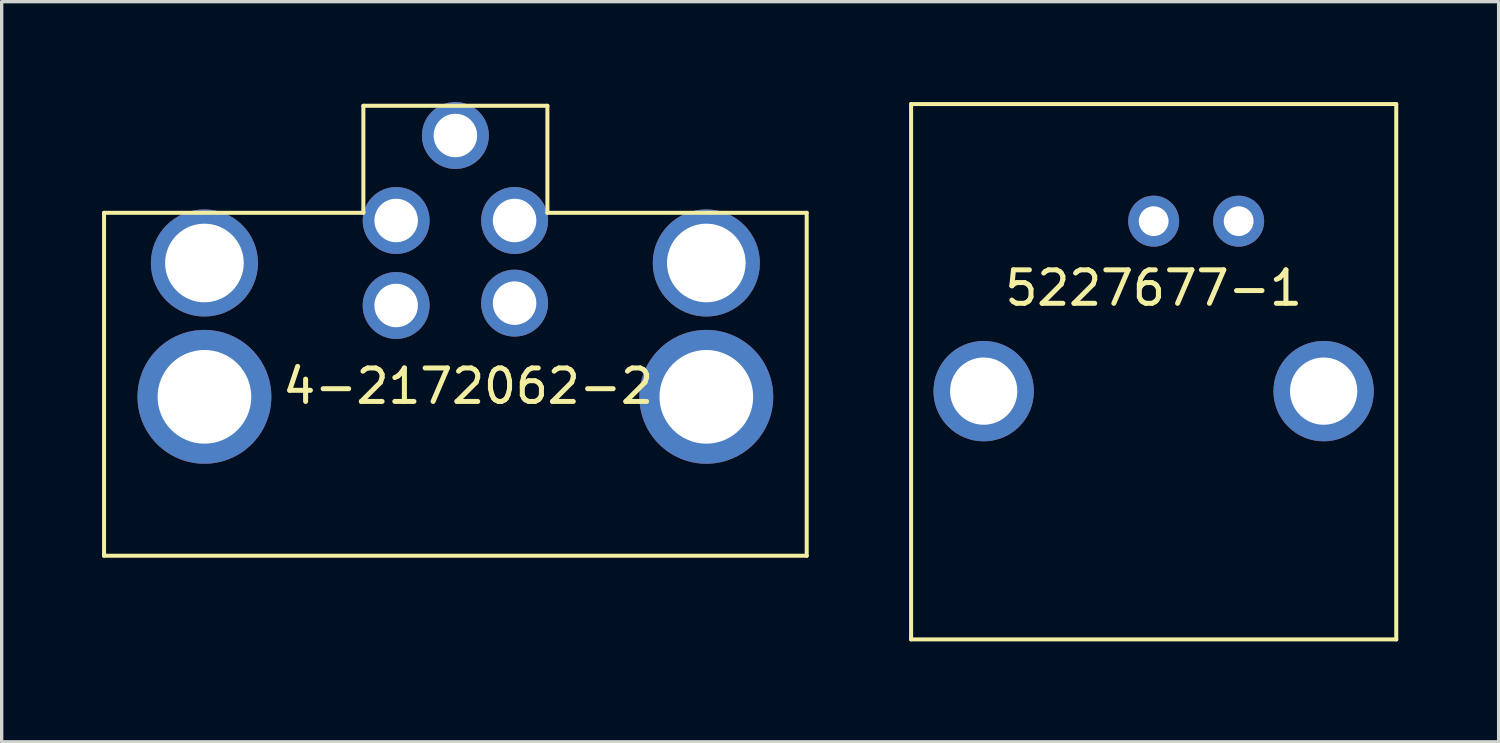
<source format=kicad_pcb>
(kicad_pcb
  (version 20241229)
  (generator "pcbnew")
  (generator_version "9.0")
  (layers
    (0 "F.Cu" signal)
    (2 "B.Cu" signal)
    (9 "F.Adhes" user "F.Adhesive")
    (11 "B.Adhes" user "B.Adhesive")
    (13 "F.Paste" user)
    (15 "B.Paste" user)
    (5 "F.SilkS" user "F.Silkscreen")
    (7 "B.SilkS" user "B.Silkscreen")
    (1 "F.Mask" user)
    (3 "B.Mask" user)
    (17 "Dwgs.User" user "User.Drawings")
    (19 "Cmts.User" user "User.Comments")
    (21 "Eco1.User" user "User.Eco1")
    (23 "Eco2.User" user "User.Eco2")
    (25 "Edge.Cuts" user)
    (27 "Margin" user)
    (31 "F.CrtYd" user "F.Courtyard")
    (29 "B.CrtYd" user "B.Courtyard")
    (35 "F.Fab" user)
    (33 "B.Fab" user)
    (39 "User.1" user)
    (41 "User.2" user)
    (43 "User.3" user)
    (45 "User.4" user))
  (footprint "4-2172062-2"
    (layer "F.Cu")
    (at 10.56 4.81)
    (property "Reference" "4-2172062-2" (at 0.381 3.683 0) (layer "F.SilkS") (effects (font (size 1 1) (thickness 0.15))))
    (attr through_hole)
    (fp_line (start -10.5 -1.5) (end -2.75 -1.5) (stroke (width 0.12) (type solid)) (layer "F.SilkS"))
    (fp_line (start -10.5 8.75) (end -10.5 -1.5) (stroke (width 0.12) (type solid)) (layer "F.SilkS"))
    (fp_line (start -10.5 8.75) (end 10.5 8.75) (stroke (width 0.12) (type solid)) (layer "F.SilkS"))
    (fp_line (start -2.75 -4.699) (end 2.75 -4.699) (stroke (width 0.12) (type solid)) (layer "F.SilkS"))
    (fp_line (start -2.75 -1.5) (end -2.75 -4.699) (stroke (width 0.12) (type solid)) (layer "F.SilkS"))
    (fp_line (start 2.75 -4.699) (end 2.75 -1.5) (stroke (width 0.12) (type solid)) (layer "F.SilkS"))
    (fp_line (start 2.75 -1.5) (end 10.5 -1.5) (stroke (width 0.12) (type solid)) (layer "F.SilkS"))
    (fp_line (start 10.5 8.75) (end 10.5 -1.5) (stroke (width 0.12) (type solid)) (layer "F.SilkS"))
    (pad "" thru_hole circle (at -7.5 0) (size 3.2 3.2) (drill 2.35) (layers "*.Cu" "*.Mask"))
    (pad "" thru_hole circle (at -7.5 4) (size 4 4) (drill 2.8) (layers "*.Cu" "*.Mask"))
    (pad "" thru_hole circle (at 7.5 0) (size 3.2 3.2) (drill 2.35) (layers "*.Cu" "*.Mask"))
    (pad "" thru_hole circle (at 7.5 4) (size 4 4) (drill 2.8) (layers "*.Cu" "*.Mask"))
    (pad "1" thru_hole circle (at 1.77 1.2) (size 2 2) (drill 1.3) (layers "*.Cu" "*.Mask"))
    (pad "2" thru_hole circle (at -1.77 1.27) (size 2 2) (drill 1.3) (layers "*.Cu" "*.Mask"))
    (pad "3" thru_hole circle (at -1.77 -1.27) (size 2 2) (drill 1.3) (layers "*.Cu" "*.Mask"))
    (pad "4" thru_hole circle (at 1.77 -1.27) (size 2 2) (drill 1.3) (layers "*.Cu" "*.Mask"))
    (pad "5" thru_hole circle (at 0 -3.81) (size 2 2) (drill 1.3) (layers "*.Cu" "*.Mask")))
  (footprint "5227677-1"
    (layer "F.Cu")
    (at 31.43 3.56)
    (property "Reference" "5227677-1" (at 0 2 0) (layer "F.SilkS") (effects (font (size 1 1) (thickness 0.15))))
    (attr through_hole)
    (fp_line (start -7.25 -3.5) (end 7.25 -3.5) (stroke (width 0.12) (type solid)) (layer "F.SilkS"))
    (fp_line (start -7.25 12.5) (end -7.25 -3.5) (stroke (width 0.12) (type solid)) (layer "F.SilkS"))
    (fp_line (start 7.25 -3.5) (end 7.25 12.5) (stroke (width 0.12) (type solid)) (layer "F.SilkS"))
    (fp_line (start 7.25 12.5) (end -7.25 12.5) (stroke (width 0.12) (type solid)) (layer "F.SilkS"))
    (pad "" thru_hole circle (at -5.08 5.08) (size 3 3) (drill 2.01) (layers "*.Cu" "*.Mask"))
    (pad "" thru_hole circle (at 5.08 5.08) (size 3 3) (drill 2.01) (layers "*.Cu" "*.Mask"))
    (pad "1" thru_hole circle (at 0 0) (size 1.524 1.524) (drill 0.89) (layers "*.Cu" "*.Mask"))
    (pad "2" thru_hole circle (at 2.54 0) (size 1.524 1.524) (drill 0.89) (layers "*.Cu" "*.Mask")))
  (gr_rect
    (start -3 -3)
    (end 41.74 19.12)
    (stroke (width 0.1) (type default))
    (fill no)
    (layer "Edge.Cuts")))
</source>
